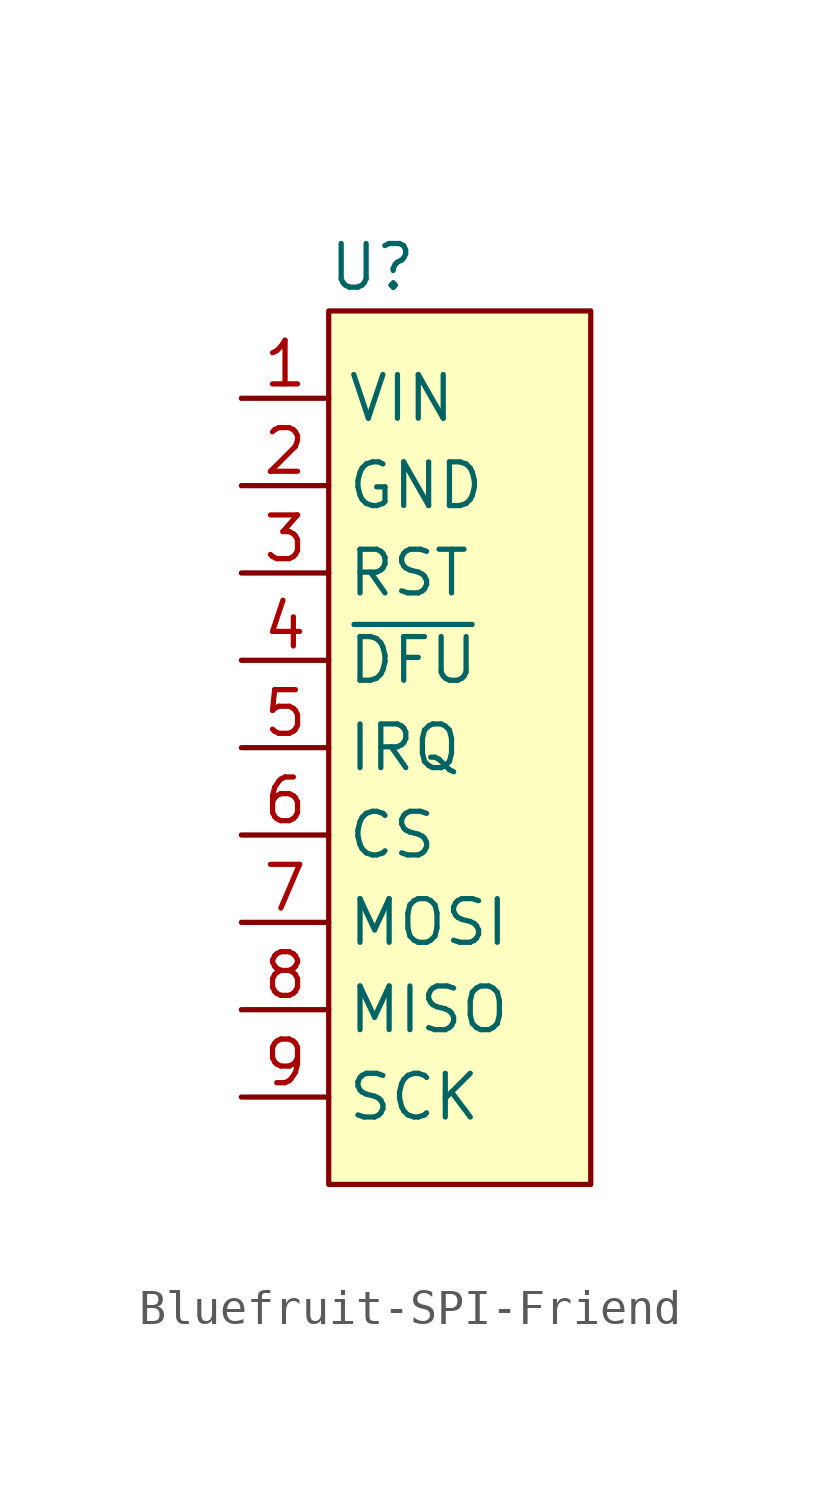
<source format=kicad_sym>
(kicad_symbol_lib
  (version 20220914)
  (generator kicad_symbol_editor)
  (symbol "Bluefruit-SPI-Friend"
    (property "Reference" "U"
      (at -2.54 12.7 0)
      (effects (font (size 1.27 1.27))))
    (property "Value" ""
      (at 2.54 12.7 0)
      (effects (font (size 1.27 1.27))))
    (symbol "Bluefruit-SPI-Friend_1_1"
      (rectangle (start -3.81 11.43) (end 3.81 -13.97) (stroke (width 0) (type default)) (fill (type background)))
      (pin power_in line (at -6.35 8.89 0) (length 2.54) (name "VIN" (effects (font (size 1.27 1.27)))) (number "1" (effects (font (size 1.27 1.27)))))
      (pin power_in line (at -6.35 6.35 0) (length 2.54) (name "GND" (effects (font (size 1.27 1.27)))) (number "2" (effects (font (size 1.27 1.27)))))
      (pin input line (at -6.35 3.81 0) (length 2.54) (name "RST" (effects (font (size 1.27 1.27)))) (number "3" (effects (font (size 1.27 1.27)))))
      (pin input line (at -6.35 1.27 0) (length 2.54) (name "~{DFU}" (effects (font (size 1.27 1.27)))) (number "4" (effects (font (size 1.27 1.27)))))
      (pin output line (at -6.35 -1.27 0) (length 2.54) (name "IRQ" (effects (font (size 1.27 1.27)))) (number "5" (effects (font (size 1.27 1.27)))))
      (pin input line (at -6.35 -3.81 0) (length 2.54) (name "CS" (effects (font (size 1.27 1.27)))) (number "6" (effects (font (size 1.27 1.27)))))
      (pin input line (at -6.35 -6.35 0) (length 2.54) (name "MOSI" (effects (font (size 1.27 1.27)))) (number "7" (effects (font (size 1.27 1.27)))))
      (pin input line (at -6.35 -8.89 0) (length 2.54) (name "MISO" (effects (font (size 1.27 1.27)))) (number "8" (effects (font (size 1.27 1.27)))))
      (pin input line (at -6.35 -11.43 0) (length 2.54) (name "SCK" (effects (font (size 1.27 1.27)))) (number "9" (effects (font (size 1.27 1.27))))))))
</source>
